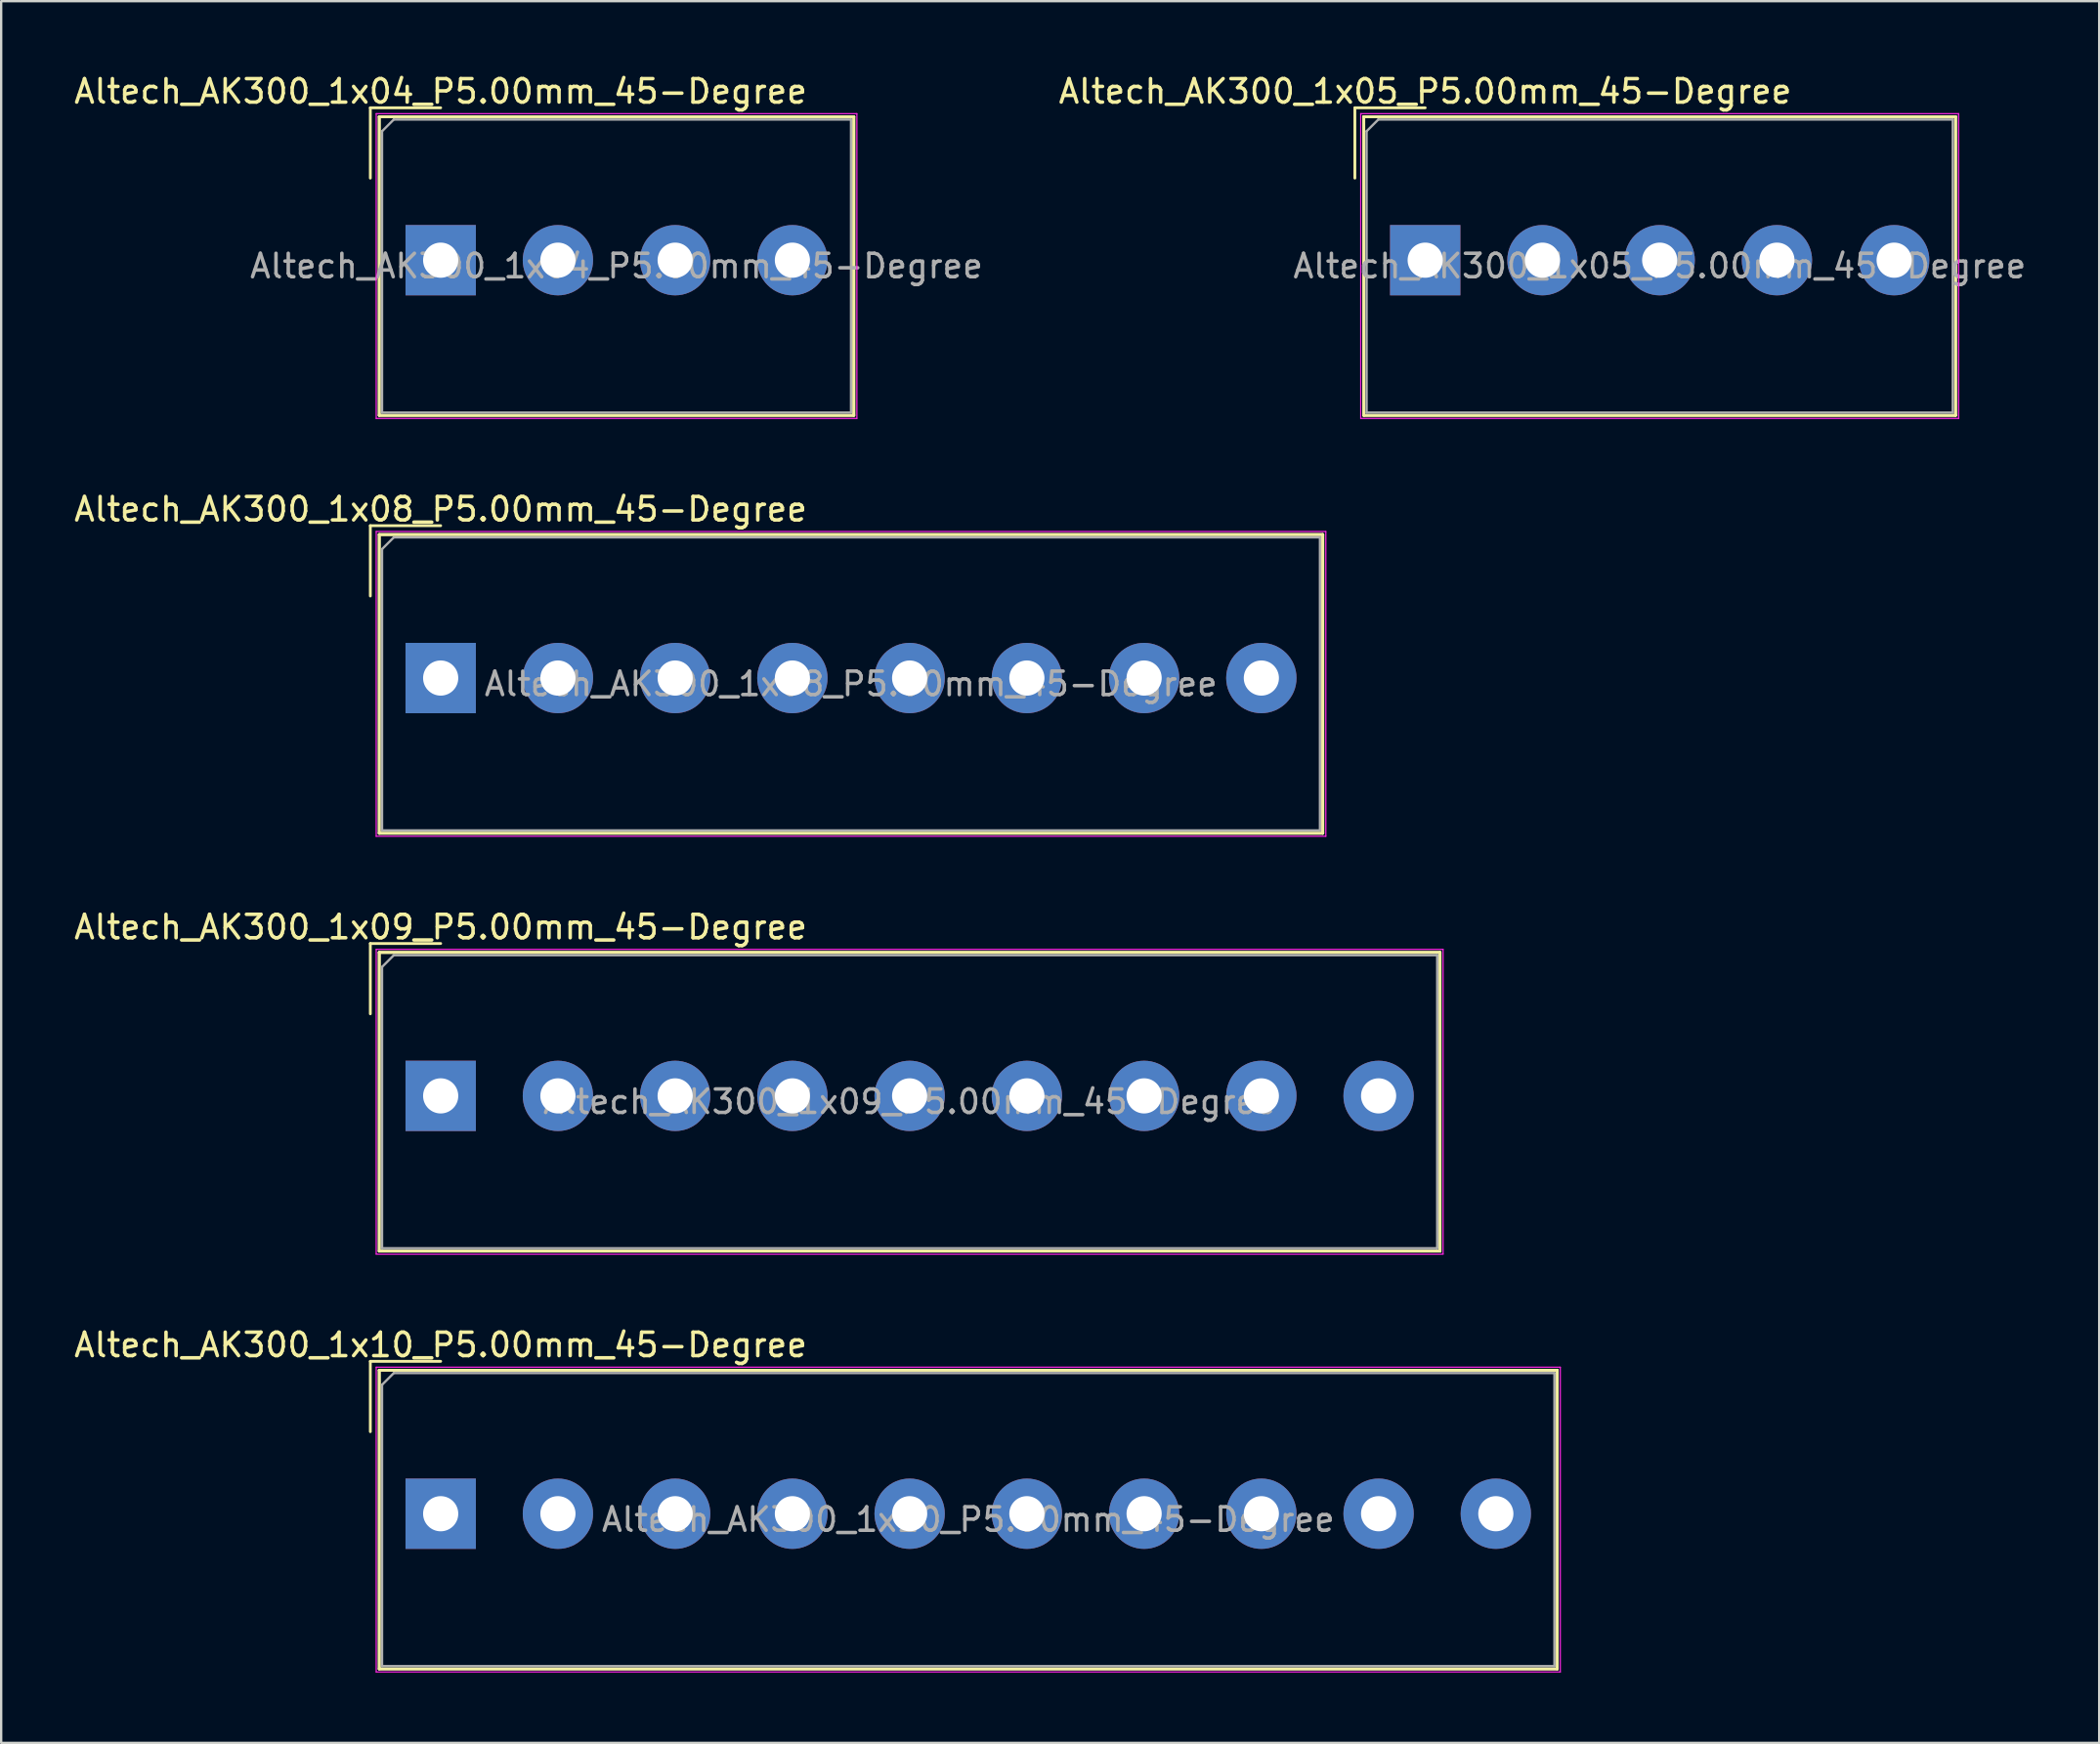
<source format=kicad_pcb>
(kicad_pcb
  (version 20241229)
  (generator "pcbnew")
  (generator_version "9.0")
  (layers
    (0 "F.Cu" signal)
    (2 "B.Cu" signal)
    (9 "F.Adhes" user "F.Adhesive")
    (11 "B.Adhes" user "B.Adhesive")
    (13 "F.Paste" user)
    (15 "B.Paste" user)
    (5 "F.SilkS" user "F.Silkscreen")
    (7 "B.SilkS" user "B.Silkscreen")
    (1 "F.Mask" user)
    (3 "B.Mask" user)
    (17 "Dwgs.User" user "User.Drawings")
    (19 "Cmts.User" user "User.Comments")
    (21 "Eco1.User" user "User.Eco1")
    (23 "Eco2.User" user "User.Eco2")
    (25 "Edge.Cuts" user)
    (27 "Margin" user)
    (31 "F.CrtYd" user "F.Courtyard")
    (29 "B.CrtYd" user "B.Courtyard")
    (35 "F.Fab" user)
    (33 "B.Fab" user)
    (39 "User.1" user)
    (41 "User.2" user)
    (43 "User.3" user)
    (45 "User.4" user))
  (footprint "Altech_AK300_1x09_P5.00mm_45-Degree"
    (layer "F.Cu")
    (at 15.744 43.695)
    (property "Reference" "Altech_AK300_1x09_P5.00mm_45-Degree" (at 0 -7.2 0) (layer "F.SilkS") (effects (font (size 1 1) (thickness 0.15))))
    (attr through_hole)
    (fp_line (start -3 -6.5) (end 0 -6.5) (stroke (width 0.12) (type solid)) (layer "F.SilkS"))
    (fp_line (start -3 -3.5) (end -3 -6.5) (stroke (width 0.12) (type solid)) (layer "F.SilkS"))
    (fp_line (start -2.62 -6.12) (end -2.62 6.62) (stroke (width 0.12) (type solid)) (layer "F.SilkS"))
    (fp_line (start -2.62 -6.12) (end -2.62 6.62) (stroke (width 0.12) (type solid)) (layer "F.SilkS"))
    (fp_line (start -2.62 -6.12) (end 42.62 -6.12) (stroke (width 0.12) (type solid)) (layer "F.SilkS"))
    (fp_line (start -2.62 -6.12) (end 42.62 -6.12) (stroke (width 0.12) (type solid)) (layer "F.SilkS"))
    (fp_line (start -2.62 6.62) (end 42.62 6.62) (stroke (width 0.12) (type solid)) (layer "F.SilkS"))
    (fp_line (start -2.62 6.62) (end 42.62 6.62) (stroke (width 0.12) (type solid)) (layer "F.SilkS"))
    (fp_line (start 42.62 -6.12) (end 42.62 6.62) (stroke (width 0.12) (type solid)) (layer "F.SilkS"))
    (fp_line (start 42.62 -6.12) (end 42.62 6.62) (stroke (width 0.12) (type solid)) (layer "F.SilkS"))
    (fp_line (start -2.75 -6.25) (end -2.75 6.75) (stroke (width 0.05) (type solid)) (layer "F.CrtYd"))
    (fp_line (start -2.75 -6.25) (end 42.75 -6.25) (stroke (width 0.05) (type solid)) (layer "F.CrtYd"))
    (fp_line (start -2.75 6.75) (end 42.75 6.75) (stroke (width 0.05) (type solid)) (layer "F.CrtYd"))
    (fp_line (start 42.75 -6.25) (end 42.75 6.75) (stroke (width 0.05) (type solid)) (layer "F.CrtYd"))
    (fp_line (start -2.5 -5.5) (end -2 -6) (stroke (width 0.1) (type solid)) (layer "F.Fab"))
    (fp_line (start -2.5 6.5) (end -2.5 -5.5) (stroke (width 0.1) (type solid)) (layer "F.Fab"))
    (fp_line (start -2 -6) (end 42.5 -6) (stroke (width 0.1) (type solid)) (layer "F.Fab"))
    (fp_line (start 42.5 -6) (end 42.5 6.5) (stroke (width 0.1) (type solid)) (layer "F.Fab"))
    (fp_line (start 42.5 6.5) (end -2.5 6.5) (stroke (width 0.1) (type solid)) (layer "F.Fab"))
    (fp_text user "${REFERENCE}" (at 20 0.25 0) (layer "F.Fab") (effects (font (size 1 1) (thickness 0.15))))
    (pad "1" thru_hole rect (at 0 0) (size 3 3) (drill 1.5) (layers "*.Cu" "*.Mask"))
    (pad "2" thru_hole circle (at 5 0) (size 3 3) (drill 1.5) (layers "*.Cu" "*.Mask"))
    (pad "3" thru_hole circle (at 10 0) (size 3 3) (drill 1.5) (layers "*.Cu" "*.Mask"))
    (pad "4" thru_hole circle (at 15 0) (size 3 3) (drill 1.5) (layers "*.Cu" "*.Mask"))
    (pad "5" thru_hole circle (at 20 0) (size 3 3) (drill 1.5) (layers "*.Cu" "*.Mask"))
    (pad "6" thru_hole circle (at 25 0) (size 3 3) (drill 1.5) (layers "*.Cu" "*.Mask"))
    (pad "7" thru_hole circle (at 30 0) (size 3 3) (drill 1.5) (layers "*.Cu" "*.Mask"))
    (pad "8" thru_hole circle (at 35 0) (size 3 3) (drill 1.5) (layers "*.Cu" "*.Mask"))
    (pad "9" thru_hole circle (at 40 0) (size 3 3) (drill 1.5) (layers "*.Cu" "*.Mask")))
  (footprint "Altech_AK300_1x10_P5.00mm_45-Degree"
    (layer "F.Cu")
    (at 15.744 61.518)
    (property "Reference" "Altech_AK300_1x10_P5.00mm_45-Degree" (at 0 -7.2 0) (layer "F.SilkS") (effects (font (size 1 1) (thickness 0.15))))
    (attr through_hole)
    (fp_line (start -3 -6.5) (end 0 -6.5) (stroke (width 0.12) (type solid)) (layer "F.SilkS"))
    (fp_line (start -3 -3.5) (end -3 -6.5) (stroke (width 0.12) (type solid)) (layer "F.SilkS"))
    (fp_line (start -2.62 -6.12) (end -2.62 6.62) (stroke (width 0.12) (type solid)) (layer "F.SilkS"))
    (fp_line (start -2.62 -6.12) (end -2.62 6.62) (stroke (width 0.12) (type solid)) (layer "F.SilkS"))
    (fp_line (start -2.62 -6.12) (end 47.62 -6.12) (stroke (width 0.12) (type solid)) (layer "F.SilkS"))
    (fp_line (start -2.62 -6.12) (end 47.62 -6.12) (stroke (width 0.12) (type solid)) (layer "F.SilkS"))
    (fp_line (start -2.62 6.62) (end 47.62 6.62) (stroke (width 0.12) (type solid)) (layer "F.SilkS"))
    (fp_line (start -2.62 6.62) (end 47.62 6.62) (stroke (width 0.12) (type solid)) (layer "F.SilkS"))
    (fp_line (start 47.62 -6.12) (end 47.62 6.62) (stroke (width 0.12) (type solid)) (layer "F.SilkS"))
    (fp_line (start 47.62 -6.12) (end 47.62 6.62) (stroke (width 0.12) (type solid)) (layer "F.SilkS"))
    (fp_line (start -2.75 -6.25) (end -2.75 6.75) (stroke (width 0.05) (type solid)) (layer "F.CrtYd"))
    (fp_line (start -2.75 -6.25) (end 47.75 -6.25) (stroke (width 0.05) (type solid)) (layer "F.CrtYd"))
    (fp_line (start -2.75 6.75) (end 47.75 6.75) (stroke (width 0.05) (type solid)) (layer "F.CrtYd"))
    (fp_line (start 47.75 -6.25) (end 47.75 6.75) (stroke (width 0.05) (type solid)) (layer "F.CrtYd"))
    (fp_line (start -2.5 -5.5) (end -2 -6) (stroke (width 0.1) (type solid)) (layer "F.Fab"))
    (fp_line (start -2.5 6.5) (end -2.5 -5.5) (stroke (width 0.1) (type solid)) (layer "F.Fab"))
    (fp_line (start -2 -6) (end 47.5 -6) (stroke (width 0.1) (type solid)) (layer "F.Fab"))
    (fp_line (start 47.5 -6) (end 47.5 6.5) (stroke (width 0.1) (type solid)) (layer "F.Fab"))
    (fp_line (start 47.5 6.5) (end -2.5 6.5) (stroke (width 0.1) (type solid)) (layer "F.Fab"))
    (fp_text user "${REFERENCE}" (at 22.5 0.25 0) (layer "F.Fab") (effects (font (size 1 1) (thickness 0.15))))
    (pad "1" thru_hole rect (at 0 0) (size 3 3) (drill 1.5) (layers "*.Cu" "*.Mask"))
    (pad "2" thru_hole circle (at 5 0) (size 3 3) (drill 1.5) (layers "*.Cu" "*.Mask"))
    (pad "3" thru_hole circle (at 10 0) (size 3 3) (drill 1.5) (layers "*.Cu" "*.Mask"))
    (pad "4" thru_hole circle (at 15 0) (size 3 3) (drill 1.5) (layers "*.Cu" "*.Mask"))
    (pad "5" thru_hole circle (at 20 0) (size 3 3) (drill 1.5) (layers "*.Cu" "*.Mask"))
    (pad "6" thru_hole circle (at 25 0) (size 3 3) (drill 1.5) (layers "*.Cu" "*.Mask"))
    (pad "7" thru_hole circle (at 30 0) (size 3 3) (drill 1.5) (layers "*.Cu" "*.Mask"))
    (pad "8" thru_hole circle (at 35 0) (size 3 3) (drill 1.5) (layers "*.Cu" "*.Mask"))
    (pad "9" thru_hole circle (at 40 0) (size 3 3) (drill 1.5) (layers "*.Cu" "*.Mask"))
    (pad "10" thru_hole circle (at 45 0) (size 3 3) (drill 1.5) (layers "*.Cu" "*.Mask")))
  (footprint "Altech_AK300_1x08_P5.00mm_45-Degree"
    (layer "F.Cu")
    (at 15.744 25.872)
    (property "Reference" "Altech_AK300_1x08_P5.00mm_45-Degree" (at 0 -7.2 0) (layer "F.SilkS") (effects (font (size 1 1) (thickness 0.15))))
    (attr through_hole)
    (fp_line (start -3 -6.5) (end 0 -6.5) (stroke (width 0.12) (type solid)) (layer "F.SilkS"))
    (fp_line (start -3 -3.5) (end -3 -6.5) (stroke (width 0.12) (type solid)) (layer "F.SilkS"))
    (fp_line (start -2.62 -6.12) (end -2.62 6.62) (stroke (width 0.12) (type solid)) (layer "F.SilkS"))
    (fp_line (start -2.62 -6.12) (end -2.62 6.62) (stroke (width 0.12) (type solid)) (layer "F.SilkS"))
    (fp_line (start -2.62 -6.12) (end 37.62 -6.12) (stroke (width 0.12) (type solid)) (layer "F.SilkS"))
    (fp_line (start -2.62 -6.12) (end 37.62 -6.12) (stroke (width 0.12) (type solid)) (layer "F.SilkS"))
    (fp_line (start -2.62 6.62) (end 37.62 6.62) (stroke (width 0.12) (type solid)) (layer "F.SilkS"))
    (fp_line (start -2.62 6.62) (end 37.62 6.62) (stroke (width 0.12) (type solid)) (layer "F.SilkS"))
    (fp_line (start 37.62 -6.12) (end 37.62 6.62) (stroke (width 0.12) (type solid)) (layer "F.SilkS"))
    (fp_line (start 37.62 -6.12) (end 37.62 6.62) (stroke (width 0.12) (type solid)) (layer "F.SilkS"))
    (fp_line (start -2.75 -6.25) (end -2.75 6.75) (stroke (width 0.05) (type solid)) (layer "F.CrtYd"))
    (fp_line (start -2.75 -6.25) (end 37.75 -6.25) (stroke (width 0.05) (type solid)) (layer "F.CrtYd"))
    (fp_line (start -2.75 6.75) (end 37.75 6.75) (stroke (width 0.05) (type solid)) (layer "F.CrtYd"))
    (fp_line (start 37.75 -6.25) (end 37.75 6.75) (stroke (width 0.05) (type solid)) (layer "F.CrtYd"))
    (fp_line (start -2.5 -5.5) (end -2 -6) (stroke (width 0.1) (type solid)) (layer "F.Fab"))
    (fp_line (start -2.5 6.5) (end -2.5 -5.5) (stroke (width 0.1) (type solid)) (layer "F.Fab"))
    (fp_line (start -2 -6) (end 37.5 -6) (stroke (width 0.1) (type solid)) (layer "F.Fab"))
    (fp_line (start 37.5 -6) (end 37.5 6.5) (stroke (width 0.1) (type solid)) (layer "F.Fab"))
    (fp_line (start 37.5 6.5) (end -2.5 6.5) (stroke (width 0.1) (type solid)) (layer "F.Fab"))
    (fp_text user "${REFERENCE}" (at 17.5 0.25 0) (layer "F.Fab") (effects (font (size 1 1) (thickness 0.15))))
    (pad "1" thru_hole rect (at 0 0) (size 3 3) (drill 1.5) (layers "*.Cu" "*.Mask"))
    (pad "2" thru_hole circle (at 5 0) (size 3 3) (drill 1.5) (layers "*.Cu" "*.Mask"))
    (pad "3" thru_hole circle (at 10 0) (size 3 3) (drill 1.5) (layers "*.Cu" "*.Mask"))
    (pad "4" thru_hole circle (at 15 0) (size 3 3) (drill 1.5) (layers "*.Cu" "*.Mask"))
    (pad "5" thru_hole circle (at 20 0) (size 3 3) (drill 1.5) (layers "*.Cu" "*.Mask"))
    (pad "6" thru_hole circle (at 25 0) (size 3 3) (drill 1.5) (layers "*.Cu" "*.Mask"))
    (pad "7" thru_hole circle (at 30 0) (size 3 3) (drill 1.5) (layers "*.Cu" "*.Mask"))
    (pad "8" thru_hole circle (at 35 0) (size 3 3) (drill 1.5) (layers "*.Cu" "*.Mask")))
  (footprint "Altech_AK300_1x05_P5.00mm_45-Degree"
    (layer "F.Cu")
    (at 57.732 8.048)
    (property "Reference" "Altech_AK300_1x05_P5.00mm_45-Degree" (at 0 -7.2 0) (layer "F.SilkS") (effects (font (size 1 1) (thickness 0.15))))
    (attr through_hole)
    (fp_line (start -3 -6.5) (end 0 -6.5) (stroke (width 0.12) (type solid)) (layer "F.SilkS"))
    (fp_line (start -3 -3.5) (end -3 -6.5) (stroke (width 0.12) (type solid)) (layer "F.SilkS"))
    (fp_line (start -2.62 -6.12) (end -2.62 6.62) (stroke (width 0.12) (type solid)) (layer "F.SilkS"))
    (fp_line (start -2.62 -6.12) (end -2.62 6.62) (stroke (width 0.12) (type solid)) (layer "F.SilkS"))
    (fp_line (start -2.62 -6.12) (end 22.62 -6.12) (stroke (width 0.12) (type solid)) (layer "F.SilkS"))
    (fp_line (start -2.62 -6.12) (end 22.62 -6.12) (stroke (width 0.12) (type solid)) (layer "F.SilkS"))
    (fp_line (start -2.62 6.62) (end 22.62 6.62) (stroke (width 0.12) (type solid)) (layer "F.SilkS"))
    (fp_line (start -2.62 6.62) (end 22.62 6.62) (stroke (width 0.12) (type solid)) (layer "F.SilkS"))
    (fp_line (start 22.62 -6.12) (end 22.62 6.62) (stroke (width 0.12) (type solid)) (layer "F.SilkS"))
    (fp_line (start 22.62 -6.12) (end 22.62 6.62) (stroke (width 0.12) (type solid)) (layer "F.SilkS"))
    (fp_line (start -2.75 -6.25) (end -2.75 6.75) (stroke (width 0.05) (type solid)) (layer "F.CrtYd"))
    (fp_line (start -2.75 -6.25) (end 22.75 -6.25) (stroke (width 0.05) (type solid)) (layer "F.CrtYd"))
    (fp_line (start -2.75 6.75) (end 22.75 6.75) (stroke (width 0.05) (type solid)) (layer "F.CrtYd"))
    (fp_line (start 22.75 -6.25) (end 22.75 6.75) (stroke (width 0.05) (type solid)) (layer "F.CrtYd"))
    (fp_line (start -2.5 -5.5) (end -2 -6) (stroke (width 0.1) (type solid)) (layer "F.Fab"))
    (fp_line (start -2.5 6.5) (end -2.5 -5.5) (stroke (width 0.1) (type solid)) (layer "F.Fab"))
    (fp_line (start -2 -6) (end 22.5 -6) (stroke (width 0.1) (type solid)) (layer "F.Fab"))
    (fp_line (start 22.5 -6) (end 22.5 6.5) (stroke (width 0.1) (type solid)) (layer "F.Fab"))
    (fp_line (start 22.5 6.5) (end -2.5 6.5) (stroke (width 0.1) (type solid)) (layer "F.Fab"))
    (fp_text user "${REFERENCE}" (at 10 0.25 0) (layer "F.Fab") (effects (font (size 1 1) (thickness 0.15))))
    (pad "1" thru_hole rect (at 0 0) (size 3 3) (drill 1.5) (layers "*.Cu" "*.Mask"))
    (pad "2" thru_hole circle (at 5 0) (size 3 3) (drill 1.5) (layers "*.Cu" "*.Mask"))
    (pad "3" thru_hole circle (at 10 0) (size 3 3) (drill 1.5) (layers "*.Cu" "*.Mask"))
    (pad "4" thru_hole circle (at 15 0) (size 3 3) (drill 1.5) (layers "*.Cu" "*.Mask"))
    (pad "5" thru_hole circle (at 20 0) (size 3 3) (drill 1.5) (layers "*.Cu" "*.Mask")))
  (footprint "Altech_AK300_1x04_P5.00mm_45-Degree"
    (layer "F.Cu")
    (at 15.744 8.048)
    (property "Reference" "Altech_AK300_1x04_P5.00mm_45-Degree" (at 0 -7.2 0) (layer "F.SilkS") (effects (font (size 1 1) (thickness 0.15))))
    (attr through_hole)
    (fp_line (start -3 -6.5) (end 0 -6.5) (stroke (width 0.12) (type solid)) (layer "F.SilkS"))
    (fp_line (start -3 -3.5) (end -3 -6.5) (stroke (width 0.12) (type solid)) (layer "F.SilkS"))
    (fp_line (start -2.62 -6.12) (end -2.62 6.62) (stroke (width 0.12) (type solid)) (layer "F.SilkS"))
    (fp_line (start -2.62 -6.12) (end -2.62 6.62) (stroke (width 0.12) (type solid)) (layer "F.SilkS"))
    (fp_line (start -2.62 -6.12) (end 17.62 -6.12) (stroke (width 0.12) (type solid)) (layer "F.SilkS"))
    (fp_line (start -2.62 -6.12) (end 17.62 -6.12) (stroke (width 0.12) (type solid)) (layer "F.SilkS"))
    (fp_line (start -2.62 6.62) (end 17.62 6.62) (stroke (width 0.12) (type solid)) (layer "F.SilkS"))
    (fp_line (start -2.62 6.62) (end 17.62 6.62) (stroke (width 0.12) (type solid)) (layer "F.SilkS"))
    (fp_line (start 17.62 -6.12) (end 17.62 6.62) (stroke (width 0.12) (type solid)) (layer "F.SilkS"))
    (fp_line (start 17.62 -6.12) (end 17.62 6.62) (stroke (width 0.12) (type solid)) (layer "F.SilkS"))
    (fp_line (start -2.75 -6.25) (end -2.75 6.75) (stroke (width 0.05) (type solid)) (layer "F.CrtYd"))
    (fp_line (start -2.75 -6.25) (end 17.75 -6.25) (stroke (width 0.05) (type solid)) (layer "F.CrtYd"))
    (fp_line (start -2.75 6.75) (end 17.75 6.75) (stroke (width 0.05) (type solid)) (layer "F.CrtYd"))
    (fp_line (start 17.75 -6.25) (end 17.75 6.75) (stroke (width 0.05) (type solid)) (layer "F.CrtYd"))
    (fp_line (start -2.5 -5.5) (end -2 -6) (stroke (width 0.1) (type solid)) (layer "F.Fab"))
    (fp_line (start -2.5 6.5) (end -2.5 -5.5) (stroke (width 0.1) (type solid)) (layer "F.Fab"))
    (fp_line (start -2 -6) (end 17.5 -6) (stroke (width 0.1) (type solid)) (layer "F.Fab"))
    (fp_line (start 17.5 -6) (end 17.5 6.5) (stroke (width 0.1) (type solid)) (layer "F.Fab"))
    (fp_line (start 17.5 6.5) (end -2.5 6.5) (stroke (width 0.1) (type solid)) (layer "F.Fab"))
    (fp_text user "${REFERENCE}" (at 7.5 0.25 0) (layer "F.Fab") (effects (font (size 1 1) (thickness 0.15))))
    (pad "1" thru_hole rect (at 0 0) (size 3 3) (drill 1.5) (layers "*.Cu" "*.Mask"))
    (pad "2" thru_hole circle (at 5 0) (size 3 3) (drill 1.5) (layers "*.Cu" "*.Mask"))
    (pad "3" thru_hole circle (at 10 0) (size 3 3) (drill 1.5) (layers "*.Cu" "*.Mask"))
    (pad "4" thru_hole circle (at 15 0) (size 3 3) (drill 1.5) (layers "*.Cu" "*.Mask")))
  (gr_rect
    (start -3 -3)
    (end 86.476 71.293)
    (stroke (width 0.1) (type default))
    (fill no)
    (layer "Edge.Cuts")))
</source>
